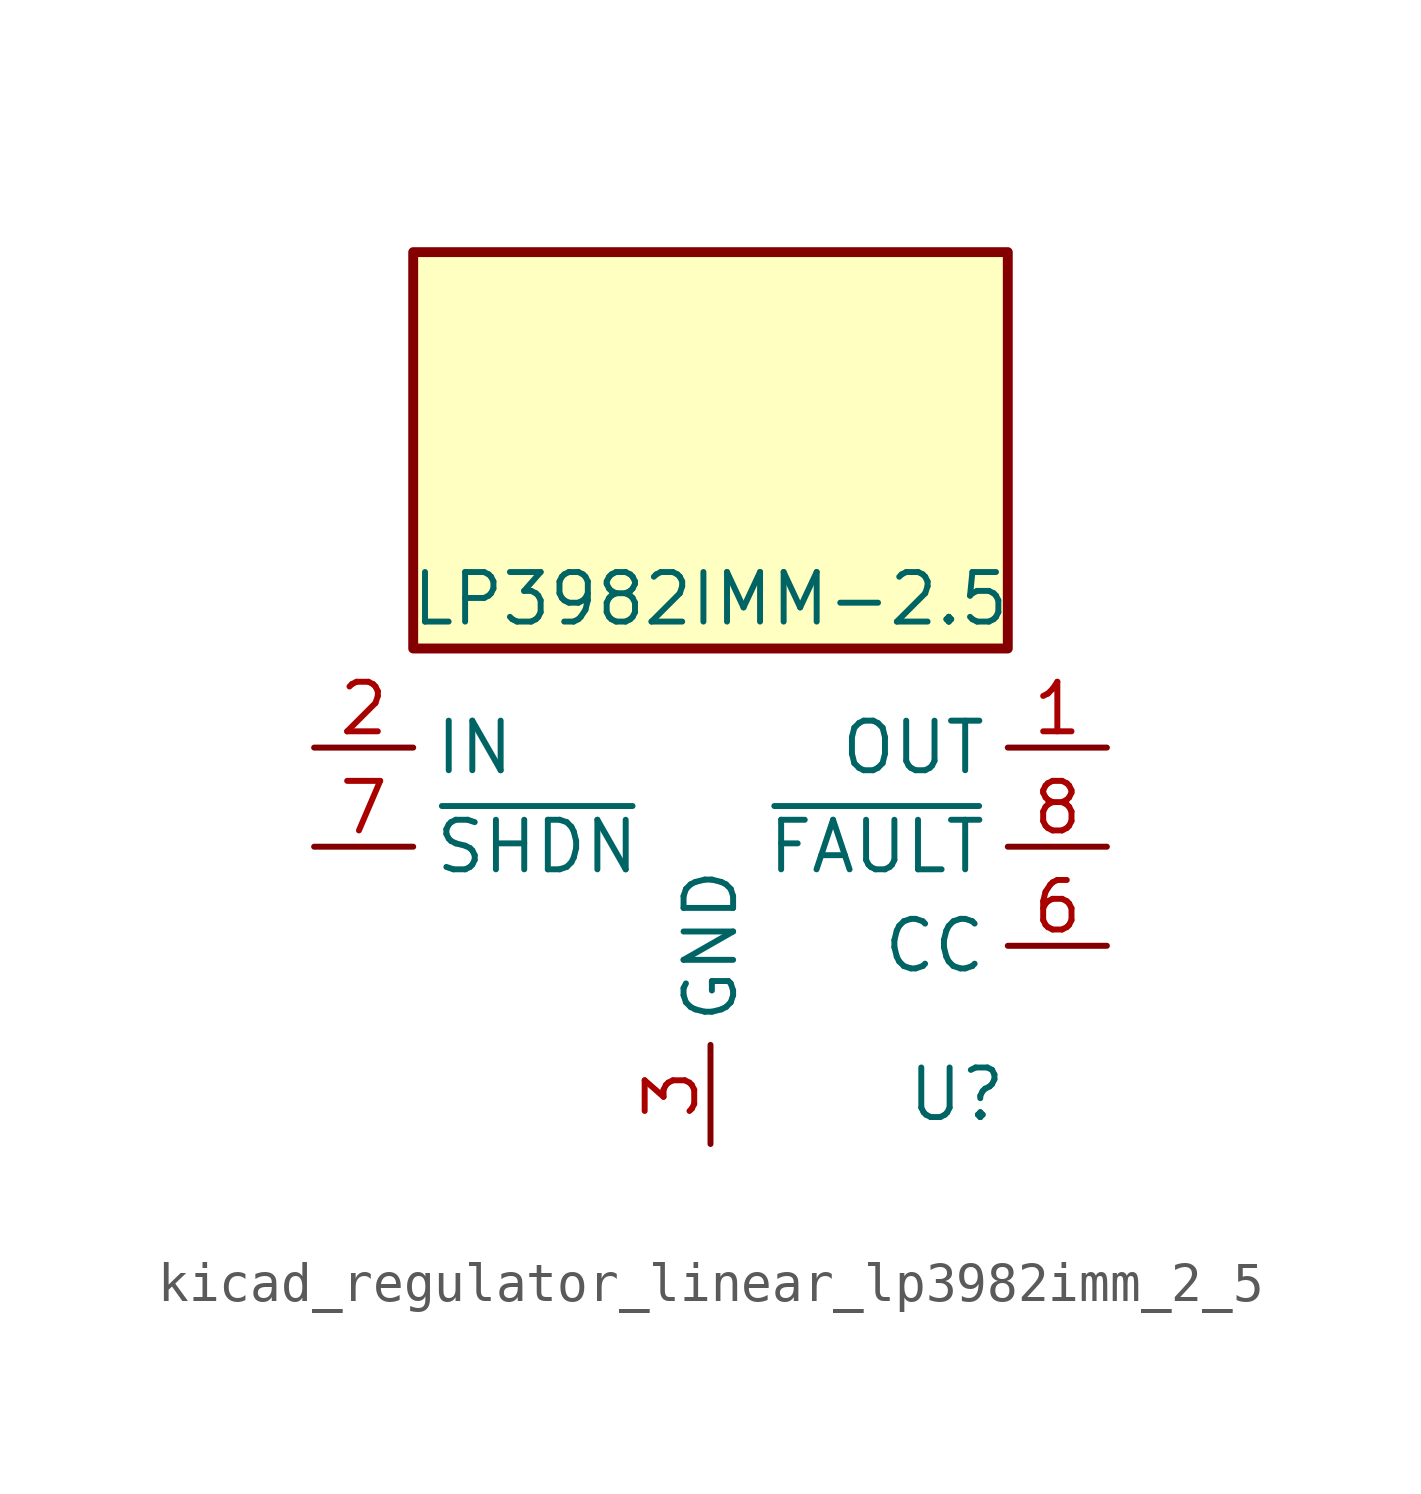
<source format=kicad_sym>
(kicad_symbol_lib
  (version 20220914)
  (generator kicad_symbol_editor)
  (symbol "kicad_regulator_linear_lp3982imm_2_5"
    (property "Reference" "U"
      (at 7.62 -6.35 0)
      (effects (font (size 1.27 1.27)) (justify right)))
    (property "Value" "LP3982IMM-2.5"
      (at 0 6.35 0)
      (effects (font (size 1.27 1.27))))
    (symbol "kicad_regulator_linear_lp3982imm_2_5_0_1"
      (rectangle (start 7.62 15.24) (end -7.62 5.08) (stroke (width 0.254) (type default)) (fill (type background))))
    (symbol "kicad_regulator_linear_lp3982imm_2_5_1_1"
      (pin power_out line (at 10.16 2.54 180) (length 2.54) (name "OUT" (effects (font (size 1.27 1.27)))) (number "1" (effects (font (size 1.27 1.27)))))
      (pin power_in line (at -10.16 2.54 0) (length 2.54) (name "IN" (effects (font (size 1.27 1.27)))) (number "2" (effects (font (size 1.27 1.27)))))
      (pin power_in line (at 0 -7.62 90) (length 2.54) (name "GND" (effects (font (size 1.27 1.27)))) (number "3" (effects (font (size 1.27 1.27)))))
      (pin passive line (at 10.16 2.54 180) (length 2.54) hide (name "OUT" (effects (font (size 1.27 1.27)))) (number "4" (effects (font (size 1.27 1.27)))))
      (pin no_connect line (at -7.62 -2.54 0) (length 2.54) hide (name "NC" (effects (font (size 1.27 1.27)))) (number "5" (effects (font (size 1.27 1.27)))))
      (pin passive line (at 10.16 -2.54 180) (length 2.54) (name "CC" (effects (font (size 1.27 1.27)))) (number "6" (effects (font (size 1.27 1.27)))))
      (pin input line (at -10.16 0 0) (length 2.54) (name "~{SHDN}" (effects (font (size 1.27 1.27)))) (number "7" (effects (font (size 1.27 1.27)))))
      (pin open_collector line (at 10.16 0 180) (length 2.54) (name "~{FAULT}" (effects (font (size 1.27 1.27)))) (number "8" (effects (font (size 1.27 1.27))))))))
</source>
